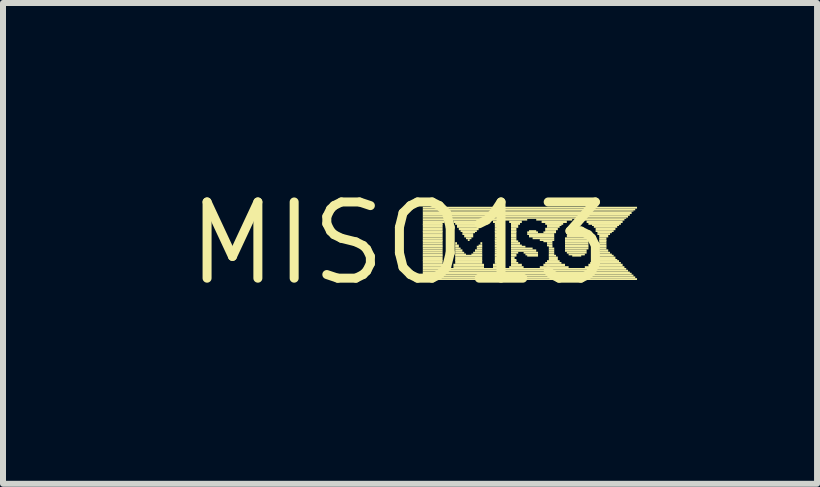
<source format=kicad_pcb>
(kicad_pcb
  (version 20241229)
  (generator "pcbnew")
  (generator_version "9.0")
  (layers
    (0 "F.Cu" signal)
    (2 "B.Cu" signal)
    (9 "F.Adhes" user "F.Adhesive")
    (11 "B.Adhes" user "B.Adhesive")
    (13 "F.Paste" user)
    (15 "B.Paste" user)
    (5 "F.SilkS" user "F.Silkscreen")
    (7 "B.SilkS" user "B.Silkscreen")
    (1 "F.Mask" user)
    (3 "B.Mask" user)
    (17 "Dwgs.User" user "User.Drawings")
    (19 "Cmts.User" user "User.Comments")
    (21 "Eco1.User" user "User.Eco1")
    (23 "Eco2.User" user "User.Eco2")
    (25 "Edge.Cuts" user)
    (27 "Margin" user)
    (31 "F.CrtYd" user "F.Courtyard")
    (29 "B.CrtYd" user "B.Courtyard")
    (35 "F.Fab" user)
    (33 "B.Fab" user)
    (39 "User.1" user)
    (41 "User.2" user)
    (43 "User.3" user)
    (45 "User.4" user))
  (footprint "MISO13"
    (layer "F.Cu")
    (at 3.606 1.006)
    (property "Reference" "MISO13" (at 0 0 0) (layer "F.SilkS") (effects (font (size 1.27 1.27) (thickness 0.15))))
    (fp_poly (pts (xy 0.39 -0.58) (xy 3.96 -0.58) (xy 3.96 -0.61) (xy 0.39 -0.61)) (stroke (width 0) (type solid)) (fill yes) (layer "F.SilkS"))
    (fp_poly (pts (xy 0.39 -0.55) (xy 3.93 -0.55) (xy 3.93 -0.58) (xy 0.39 -0.58)) (stroke (width 0) (type solid)) (fill yes) (layer "F.SilkS"))
    (fp_poly (pts (xy 0.39 -0.53) (xy 3.9 -0.53) (xy 3.9 -0.55) (xy 0.39 -0.55)) (stroke (width 0) (type solid)) (fill yes) (layer "F.SilkS"))
    (fp_poly (pts (xy 0.39 -0.49) (xy 3.87 -0.49) (xy 3.87 -0.53) (xy 0.39 -0.53)) (stroke (width 0) (type solid)) (fill yes) (layer "F.SilkS"))
    (fp_poly (pts (xy 0.39 -0.46) (xy 3.84 -0.46) (xy 3.84 -0.49) (xy 0.39 -0.49)) (stroke (width 0) (type solid)) (fill yes) (layer "F.SilkS"))
    (fp_poly (pts (xy 0.39 -0.43) (xy 3.81 -0.43) (xy 3.81 -0.46) (xy 0.39 -0.46)) (stroke (width 0) (type solid)) (fill yes) (layer "F.SilkS"))
    (fp_poly (pts (xy 0.39 -0.41) (xy 3.78 -0.41) (xy 3.78 -0.43) (xy 0.39 -0.43)) (stroke (width 0) (type solid)) (fill yes) (layer "F.SilkS"))
    (fp_poly (pts (xy 0.39 -0.38) (xy 2.13 -0.38) (xy 2.13 -0.41) (xy 0.39 -0.41)) (stroke (width 0) (type solid)) (fill yes) (layer "F.SilkS"))
    (fp_poly (pts (xy 0.39 -0.34) (xy 0.75 -0.34) (xy 0.75 -0.38) (xy 0.39 -0.38)) (stroke (width 0) (type solid)) (fill yes) (layer "F.SilkS"))
    (fp_poly (pts (xy 0.39 -0.31) (xy 0.72 -0.31) (xy 0.72 -0.34) (xy 0.39 -0.34)) (stroke (width 0) (type solid)) (fill yes) (layer "F.SilkS"))
    (fp_poly (pts (xy 0.39 -0.29) (xy 0.72 -0.29) (xy 0.72 -0.32) (xy 0.39 -0.32)) (stroke (width 0) (type solid)) (fill yes) (layer "F.SilkS"))
    (fp_poly (pts (xy 0.39 -0.26) (xy 0.72 -0.26) (xy 0.72 -0.29) (xy 0.39 -0.29)) (stroke (width 0) (type solid)) (fill yes) (layer "F.SilkS"))
    (fp_poly (pts (xy 0.39 -0.22) (xy 0.72 -0.22) (xy 0.72 -0.26) (xy 0.39 -0.26)) (stroke (width 0) (type solid)) (fill yes) (layer "F.SilkS"))
    (fp_poly (pts (xy 0.39 -0.19) (xy 0.72 -0.19) (xy 0.72 -0.22) (xy 0.39 -0.22)) (stroke (width 0) (type solid)) (fill yes) (layer "F.SilkS"))
    (fp_poly (pts (xy 0.39 -0.17) (xy 0.72 -0.17) (xy 0.72 -0.2) (xy 0.39 -0.2)) (stroke (width 0) (type solid)) (fill yes) (layer "F.SilkS"))
    (fp_poly (pts (xy 0.39 -0.14) (xy 0.72 -0.14) (xy 0.72 -0.17) (xy 0.39 -0.17)) (stroke (width 0) (type solid)) (fill yes) (layer "F.SilkS"))
    (fp_poly (pts (xy 0.39 -0.1) (xy 0.72 -0.1) (xy 0.72 -0.14) (xy 0.39 -0.14)) (stroke (width 0) (type solid)) (fill yes) (layer "F.SilkS"))
    (fp_poly (pts (xy 0.39 -0.07) (xy 0.72 -0.07) (xy 0.72 -0.1) (xy 0.39 -0.1)) (stroke (width 0) (type solid)) (fill yes) (layer "F.SilkS"))
    (fp_poly (pts (xy 0.39 -0.04) (xy 0.72 -0.04) (xy 0.72 -0.07) (xy 0.39 -0.07)) (stroke (width 0) (type solid)) (fill yes) (layer "F.SilkS"))
    (fp_poly (pts (xy 0.39 -0.02) (xy 0.72 -0.02) (xy 0.72 -0.05) (xy 0.39 -0.05)) (stroke (width 0) (type solid)) (fill yes) (layer "F.SilkS"))
    (fp_poly (pts (xy 0.39 0.02) (xy 0.72 0.02) (xy 0.72 -0.02) (xy 0.39 -0.02)) (stroke (width 0) (type solid)) (fill yes) (layer "F.SilkS"))
    (fp_poly (pts (xy 0.39 0.05) (xy 0.72 0.05) (xy 0.72 0.02) (xy 0.39 0.02)) (stroke (width 0) (type solid)) (fill yes) (layer "F.SilkS"))
    (fp_poly (pts (xy 0.39 0.07) (xy 0.72 0.07) (xy 0.72 0.04) (xy 0.39 0.04)) (stroke (width 0) (type solid)) (fill yes) (layer "F.SilkS"))
    (fp_poly (pts (xy 0.39 0.1) (xy 0.72 0.1) (xy 0.72 0.07) (xy 0.39 0.07)) (stroke (width 0) (type solid)) (fill yes) (layer "F.SilkS"))
    (fp_poly (pts (xy 0.39 0.14) (xy 0.72 0.14) (xy 0.72 0.1) (xy 0.39 0.1)) (stroke (width 0) (type solid)) (fill yes) (layer "F.SilkS"))
    (fp_poly (pts (xy 0.39 0.17) (xy 0.72 0.17) (xy 0.72 0.14) (xy 0.39 0.14)) (stroke (width 0) (type solid)) (fill yes) (layer "F.SilkS"))
    (fp_poly (pts (xy 0.39 0.2) (xy 0.72 0.2) (xy 0.72 0.17) (xy 0.39 0.17)) (stroke (width 0) (type solid)) (fill yes) (layer "F.SilkS"))
    (fp_poly (pts (xy 0.39 0.22) (xy 0.72 0.22) (xy 0.72 0.19) (xy 0.39 0.19)) (stroke (width 0) (type solid)) (fill yes) (layer "F.SilkS"))
    (fp_poly (pts (xy 0.39 0.26) (xy 0.72 0.26) (xy 0.72 0.22) (xy 0.39 0.22)) (stroke (width 0) (type solid)) (fill yes) (layer "F.SilkS"))
    (fp_poly (pts (xy 0.39 0.29) (xy 0.72 0.29) (xy 0.72 0.26) (xy 0.39 0.26)) (stroke (width 0) (type solid)) (fill yes) (layer "F.SilkS"))
    (fp_poly (pts (xy 0.39 0.31) (xy 0.72 0.31) (xy 0.72 0.28) (xy 0.39 0.28)) (stroke (width 0) (type solid)) (fill yes) (layer "F.SilkS"))
    (fp_poly (pts (xy 0.39 0.34) (xy 0.72 0.34) (xy 0.72 0.31) (xy 0.39 0.31)) (stroke (width 0) (type solid)) (fill yes) (layer "F.SilkS"))
    (fp_poly (pts (xy 0.39 0.38) (xy 0.75 0.38) (xy 0.75 0.34) (xy 0.39 0.34)) (stroke (width 0) (type solid)) (fill yes) (layer "F.SilkS"))
    (fp_poly (pts (xy 0.39 0.41) (xy 0.75 0.41) (xy 0.75 0.38) (xy 0.39 0.38)) (stroke (width 0) (type solid)) (fill yes) (layer "F.SilkS"))
    (fp_poly (pts (xy 0.39 0.44) (xy 3.78 0.44) (xy 3.78 0.41) (xy 0.39 0.41)) (stroke (width 0) (type solid)) (fill yes) (layer "F.SilkS"))
    (fp_poly (pts (xy 0.39 0.47) (xy 3.81 0.47) (xy 3.81 0.44) (xy 0.39 0.44)) (stroke (width 0) (type solid)) (fill yes) (layer "F.SilkS"))
    (fp_poly (pts (xy 0.39 0.5) (xy 3.84 0.5) (xy 3.84 0.47) (xy 0.39 0.47)) (stroke (width 0) (type solid)) (fill yes) (layer "F.SilkS"))
    (fp_poly (pts (xy 0.39 0.52) (xy 3.87 0.52) (xy 3.87 0.49) (xy 0.39 0.49)) (stroke (width 0) (type solid)) (fill yes) (layer "F.SilkS"))
    (fp_poly (pts (xy 0.39 0.55) (xy 3.9 0.55) (xy 3.9 0.52) (xy 0.39 0.52)) (stroke (width 0) (type solid)) (fill yes) (layer "F.SilkS"))
    (fp_poly (pts (xy 0.39 0.58) (xy 3.93 0.58) (xy 3.93 0.55) (xy 0.39 0.55)) (stroke (width 0) (type solid)) (fill yes) (layer "F.SilkS"))
    (fp_poly (pts (xy 0.39 0.61) (xy 3.96 0.61) (xy 3.96 0.58) (xy 0.39 0.58)) (stroke (width 0) (type solid)) (fill yes) (layer "F.SilkS"))
    (fp_poly (pts (xy 0.9 -0.34) (xy 1.41 -0.34) (xy 1.41 -0.38) (xy 0.9 -0.38)) (stroke (width 0) (type solid)) (fill yes) (layer "F.SilkS"))
    (fp_poly (pts (xy 0.9 0.38) (xy 1.41 0.38) (xy 1.41 0.34) (xy 0.9 0.34)) (stroke (width 0) (type solid)) (fill yes) (layer "F.SilkS"))
    (fp_poly (pts (xy 0.9 0.41) (xy 1.41 0.41) (xy 1.41 0.38) (xy 0.9 0.38)) (stroke (width 0) (type solid)) (fill yes) (layer "F.SilkS"))
    (fp_poly (pts (xy 0.93 -0.31) (xy 1.38 -0.31) (xy 1.38 -0.34) (xy 0.93 -0.34)) (stroke (width 0) (type solid)) (fill yes) (layer "F.SilkS"))
    (fp_poly (pts (xy 0.93 0.02) (xy 0.96 0.02) (xy 0.96 -0.02) (xy 0.93 -0.02)) (stroke (width 0) (type solid)) (fill yes) (layer "F.SilkS"))
    (fp_poly (pts (xy 0.93 0.05) (xy 0.99 0.05) (xy 0.99 0.02) (xy 0.93 0.02)) (stroke (width 0) (type solid)) (fill yes) (layer "F.SilkS"))
    (fp_poly (pts (xy 0.93 0.07) (xy 0.99 0.07) (xy 0.99 0.04) (xy 0.93 0.04)) (stroke (width 0) (type solid)) (fill yes) (layer "F.SilkS"))
    (fp_poly (pts (xy 0.93 0.1) (xy 1.02 0.1) (xy 1.02 0.07) (xy 0.93 0.07)) (stroke (width 0) (type solid)) (fill yes) (layer "F.SilkS"))
    (fp_poly (pts (xy 0.93 0.14) (xy 1.05 0.14) (xy 1.05 0.1) (xy 0.93 0.1)) (stroke (width 0) (type solid)) (fill yes) (layer "F.SilkS"))
    (fp_poly (pts (xy 0.93 0.17) (xy 1.08 0.17) (xy 1.08 0.14) (xy 0.93 0.14)) (stroke (width 0) (type solid)) (fill yes) (layer "F.SilkS"))
    (fp_poly (pts (xy 0.93 0.2) (xy 1.11 0.2) (xy 1.11 0.17) (xy 0.93 0.17)) (stroke (width 0) (type solid)) (fill yes) (layer "F.SilkS"))
    (fp_poly (pts (xy 0.93 0.22) (xy 1.38 0.22) (xy 1.38 0.19) (xy 0.93 0.19)) (stroke (width 0) (type solid)) (fill yes) (layer "F.SilkS"))
    (fp_poly (pts (xy 0.93 0.26) (xy 1.38 0.26) (xy 1.38 0.22) (xy 0.93 0.22)) (stroke (width 0) (type solid)) (fill yes) (layer "F.SilkS"))
    (fp_poly (pts (xy 0.93 0.29) (xy 1.38 0.29) (xy 1.38 0.26) (xy 0.93 0.26)) (stroke (width 0) (type solid)) (fill yes) (layer "F.SilkS"))
    (fp_poly (pts (xy 0.93 0.31) (xy 1.38 0.31) (xy 1.38 0.28) (xy 0.93 0.28)) (stroke (width 0) (type solid)) (fill yes) (layer "F.SilkS"))
    (fp_poly (pts (xy 0.93 0.34) (xy 1.38 0.34) (xy 1.38 0.31) (xy 0.93 0.31)) (stroke (width 0) (type solid)) (fill yes) (layer "F.SilkS"))
    (fp_poly (pts (xy 0.96 -0.29) (xy 1.35 -0.29) (xy 1.35 -0.32) (xy 0.96 -0.32)) (stroke (width 0) (type solid)) (fill yes) (layer "F.SilkS"))
    (fp_poly (pts (xy 0.96 -0.26) (xy 1.32 -0.26) (xy 1.32 -0.29) (xy 0.96 -0.29)) (stroke (width 0) (type solid)) (fill yes) (layer "F.SilkS"))
    (fp_poly (pts (xy 0.99 -0.22) (xy 1.32 -0.22) (xy 1.32 -0.26) (xy 0.99 -0.26)) (stroke (width 0) (type solid)) (fill yes) (layer "F.SilkS"))
    (fp_poly (pts (xy 1.02 -0.19) (xy 1.29 -0.19) (xy 1.29 -0.22) (xy 1.02 -0.22)) (stroke (width 0) (type solid)) (fill yes) (layer "F.SilkS"))
    (fp_poly (pts (xy 1.05 -0.17) (xy 1.26 -0.17) (xy 1.26 -0.2) (xy 1.05 -0.2)) (stroke (width 0) (type solid)) (fill yes) (layer "F.SilkS"))
    (fp_poly (pts (xy 1.05 -0.14) (xy 1.23 -0.14) (xy 1.23 -0.17) (xy 1.05 -0.17)) (stroke (width 0) (type solid)) (fill yes) (layer "F.SilkS"))
    (fp_poly (pts (xy 1.08 -0.1) (xy 1.23 -0.1) (xy 1.23 -0.14) (xy 1.08 -0.14)) (stroke (width 0) (type solid)) (fill yes) (layer "F.SilkS"))
    (fp_poly (pts (xy 1.11 -0.07) (xy 1.2 -0.07) (xy 1.2 -0.1) (xy 1.11 -0.1)) (stroke (width 0) (type solid)) (fill yes) (layer "F.SilkS"))
    (fp_poly (pts (xy 1.14 -0.04) (xy 1.17 -0.04) (xy 1.17 -0.07) (xy 1.14 -0.07)) (stroke (width 0) (type solid)) (fill yes) (layer "F.SilkS"))
    (fp_poly (pts (xy 1.2 0.2) (xy 1.38 0.2) (xy 1.38 0.17) (xy 1.2 0.17)) (stroke (width 0) (type solid)) (fill yes) (layer "F.SilkS"))
    (fp_poly (pts (xy 1.23 0.17) (xy 1.38 0.17) (xy 1.38 0.14) (xy 1.23 0.14)) (stroke (width 0) (type solid)) (fill yes) (layer "F.SilkS"))
    (fp_poly (pts (xy 1.26 0.14) (xy 1.38 0.14) (xy 1.38 0.1) (xy 1.26 0.1)) (stroke (width 0) (type solid)) (fill yes) (layer "F.SilkS"))
    (fp_poly (pts (xy 1.29 0.07) (xy 1.38 0.07) (xy 1.38 0.04) (xy 1.29 0.04)) (stroke (width 0) (type solid)) (fill yes) (layer "F.SilkS"))
    (fp_poly (pts (xy 1.29 0.1) (xy 1.38 0.1) (xy 1.38 0.07) (xy 1.29 0.07)) (stroke (width 0) (type solid)) (fill yes) (layer "F.SilkS"))
    (fp_poly (pts (xy 1.32 0.05) (xy 1.38 0.05) (xy 1.38 0.02) (xy 1.32 0.02)) (stroke (width 0) (type solid)) (fill yes) (layer "F.SilkS"))
    (fp_poly (pts (xy 1.35 0.02) (xy 1.38 0.02) (xy 1.38 -0.02) (xy 1.35 -0.02)) (stroke (width 0) (type solid)) (fill yes) (layer "F.SilkS"))
    (fp_poly (pts (xy 1.56 -0.34) (xy 1.68 -0.34) (xy 1.68 -0.38) (xy 1.56 -0.38)) (stroke (width 0) (type solid)) (fill yes) (layer "F.SilkS"))
    (fp_poly (pts (xy 1.56 0.38) (xy 1.68 0.38) (xy 1.68 0.34) (xy 1.56 0.34)) (stroke (width 0) (type solid)) (fill yes) (layer "F.SilkS"))
    (fp_poly (pts (xy 1.56 0.41) (xy 1.68 0.41) (xy 1.68 0.38) (xy 1.56 0.38)) (stroke (width 0) (type solid)) (fill yes) (layer "F.SilkS"))
    (fp_poly (pts (xy 1.59 -0.31) (xy 1.68 -0.31) (xy 1.68 -0.34) (xy 1.59 -0.34)) (stroke (width 0) (type solid)) (fill yes) (layer "F.SilkS"))
    (fp_poly (pts (xy 1.59 -0.29) (xy 1.68 -0.29) (xy 1.68 -0.32) (xy 1.59 -0.32)) (stroke (width 0) (type solid)) (fill yes) (layer "F.SilkS"))
    (fp_poly (pts (xy 1.59 -0.26) (xy 1.68 -0.26) (xy 1.68 -0.29) (xy 1.59 -0.29)) (stroke (width 0) (type solid)) (fill yes) (layer "F.SilkS"))
    (fp_poly (pts (xy 1.59 -0.22) (xy 1.68 -0.22) (xy 1.68 -0.26) (xy 1.59 -0.26)) (stroke (width 0) (type solid)) (fill yes) (layer "F.SilkS"))
    (fp_poly (pts (xy 1.59 -0.19) (xy 1.68 -0.19) (xy 1.68 -0.22) (xy 1.59 -0.22)) (stroke (width 0) (type solid)) (fill yes) (layer "F.SilkS"))
    (fp_poly (pts (xy 1.59 -0.17) (xy 1.68 -0.17) (xy 1.68 -0.2) (xy 1.59 -0.2)) (stroke (width 0) (type solid)) (fill yes) (layer "F.SilkS"))
    (fp_poly (pts (xy 1.59 -0.14) (xy 1.68 -0.14) (xy 1.68 -0.17) (xy 1.59 -0.17)) (stroke (width 0) (type solid)) (fill yes) (layer "F.SilkS"))
    (fp_poly (pts (xy 1.59 -0.1) (xy 1.68 -0.1) (xy 1.68 -0.14) (xy 1.59 -0.14)) (stroke (width 0) (type solid)) (fill yes) (layer "F.SilkS"))
    (fp_poly (pts (xy 1.59 -0.07) (xy 1.68 -0.07) (xy 1.68 -0.1) (xy 1.59 -0.1)) (stroke (width 0) (type solid)) (fill yes) (layer "F.SilkS"))
    (fp_poly (pts (xy 1.59 -0.04) (xy 1.68 -0.04) (xy 1.68 -0.07) (xy 1.59 -0.07)) (stroke (width 0) (type solid)) (fill yes) (layer "F.SilkS"))
    (fp_poly (pts (xy 1.59 -0.02) (xy 1.68 -0.02) (xy 1.68 -0.05) (xy 1.59 -0.05)) (stroke (width 0) (type solid)) (fill yes) (layer "F.SilkS"))
    (fp_poly (pts (xy 1.59 0.02) (xy 1.68 0.02) (xy 1.68 -0.02) (xy 1.59 -0.02)) (stroke (width 0) (type solid)) (fill yes) (layer "F.SilkS"))
    (fp_poly (pts (xy 1.59 0.05) (xy 1.68 0.05) (xy 1.68 0.02) (xy 1.59 0.02)) (stroke (width 0) (type solid)) (fill yes) (layer "F.SilkS"))
    (fp_poly (pts (xy 1.59 0.07) (xy 1.68 0.07) (xy 1.68 0.04) (xy 1.59 0.04)) (stroke (width 0) (type solid)) (fill yes) (layer "F.SilkS"))
    (fp_poly (pts (xy 1.59 0.1) (xy 1.68 0.1) (xy 1.68 0.07) (xy 1.59 0.07)) (stroke (width 0) (type solid)) (fill yes) (layer "F.SilkS"))
    (fp_poly (pts (xy 1.59 0.14) (xy 1.68 0.14) (xy 1.68 0.1) (xy 1.59 0.1)) (stroke (width 0) (type solid)) (fill yes) (layer "F.SilkS"))
    (fp_poly (pts (xy 1.59 0.17) (xy 1.68 0.17) (xy 1.68 0.14) (xy 1.59 0.14)) (stroke (width 0) (type solid)) (fill yes) (layer "F.SilkS"))
    (fp_poly (pts (xy 1.59 0.2) (xy 1.68 0.2) (xy 1.68 0.17) (xy 1.59 0.17)) (stroke (width 0) (type solid)) (fill yes) (layer "F.SilkS"))
    (fp_poly (pts (xy 1.59 0.22) (xy 1.68 0.22) (xy 1.68 0.19) (xy 1.59 0.19)) (stroke (width 0) (type solid)) (fill yes) (layer "F.SilkS"))
    (fp_poly (pts (xy 1.59 0.26) (xy 1.68 0.26) (xy 1.68 0.22) (xy 1.59 0.22)) (stroke (width 0) (type solid)) (fill yes) (layer "F.SilkS"))
    (fp_poly (pts (xy 1.59 0.29) (xy 1.68 0.29) (xy 1.68 0.26) (xy 1.59 0.26)) (stroke (width 0) (type solid)) (fill yes) (layer "F.SilkS"))
    (fp_poly (pts (xy 1.59 0.31) (xy 1.68 0.31) (xy 1.68 0.28) (xy 1.59 0.28)) (stroke (width 0) (type solid)) (fill yes) (layer "F.SilkS"))
    (fp_poly (pts (xy 1.59 0.34) (xy 1.68 0.34) (xy 1.68 0.31) (xy 1.59 0.31)) (stroke (width 0) (type solid)) (fill yes) (layer "F.SilkS"))
    (fp_poly (pts (xy 1.83 -0.34) (xy 2.04 -0.34) (xy 2.04 -0.38) (xy 1.83 -0.38)) (stroke (width 0) (type solid)) (fill yes) (layer "F.SilkS"))
    (fp_poly (pts (xy 1.83 0.41) (xy 2.07 0.41) (xy 2.07 0.38) (xy 1.83 0.38)) (stroke (width 0) (type solid)) (fill yes) (layer "F.SilkS"))
    (fp_poly (pts (xy 1.86 -0.31) (xy 2.01 -0.31) (xy 2.01 -0.34) (xy 1.86 -0.34)) (stroke (width 0) (type solid)) (fill yes) (layer "F.SilkS"))
    (fp_poly (pts (xy 1.86 -0.29) (xy 1.98 -0.29) (xy 1.98 -0.32) (xy 1.86 -0.32)) (stroke (width 0) (type solid)) (fill yes) (layer "F.SilkS"))
    (fp_poly (pts (xy 1.86 -0.26) (xy 1.98 -0.26) (xy 1.98 -0.29) (xy 1.86 -0.29)) (stroke (width 0) (type solid)) (fill yes) (layer "F.SilkS"))
    (fp_poly (pts (xy 1.86 -0.22) (xy 1.95 -0.22) (xy 1.95 -0.26) (xy 1.86 -0.26)) (stroke (width 0) (type solid)) (fill yes) (layer "F.SilkS"))
    (fp_poly (pts (xy 1.86 -0.19) (xy 1.95 -0.19) (xy 1.95 -0.22) (xy 1.86 -0.22)) (stroke (width 0) (type solid)) (fill yes) (layer "F.SilkS"))
    (fp_poly (pts (xy 1.86 -0.17) (xy 1.95 -0.17) (xy 1.95 -0.2) (xy 1.86 -0.2)) (stroke (width 0) (type solid)) (fill yes) (layer "F.SilkS"))
    (fp_poly (pts (xy 1.86 -0.14) (xy 1.95 -0.14) (xy 1.95 -0.17) (xy 1.86 -0.17)) (stroke (width 0) (type solid)) (fill yes) (layer "F.SilkS"))
    (fp_poly (pts (xy 1.86 -0.1) (xy 1.95 -0.1) (xy 1.95 -0.14) (xy 1.86 -0.14)) (stroke (width 0) (type solid)) (fill yes) (layer "F.SilkS"))
    (fp_poly (pts (xy 1.86 -0.07) (xy 1.95 -0.07) (xy 1.95 -0.1) (xy 1.86 -0.1)) (stroke (width 0) (type solid)) (fill yes) (layer "F.SilkS"))
    (fp_poly (pts (xy 1.86 -0.04) (xy 1.95 -0.04) (xy 1.95 -0.07) (xy 1.86 -0.07)) (stroke (width 0) (type solid)) (fill yes) (layer "F.SilkS"))
    (fp_poly (pts (xy 1.86 -0.02) (xy 1.98 -0.02) (xy 1.98 -0.05) (xy 1.86 -0.05)) (stroke (width 0) (type solid)) (fill yes) (layer "F.SilkS"))
    (fp_poly (pts (xy 1.86 0.02) (xy 2.01 0.02) (xy 2.01 -0.02) (xy 1.86 -0.02)) (stroke (width 0) (type solid)) (fill yes) (layer "F.SilkS"))
    (fp_poly (pts (xy 1.86 0.05) (xy 2.04 0.05) (xy 2.04 0.02) (xy 1.86 0.02)) (stroke (width 0) (type solid)) (fill yes) (layer "F.SilkS"))
    (fp_poly (pts (xy 1.86 0.07) (xy 2.1 0.07) (xy 2.1 0.04) (xy 1.86 0.04)) (stroke (width 0) (type solid)) (fill yes) (layer "F.SilkS"))
    (fp_poly (pts (xy 1.86 0.1) (xy 2.22 0.1) (xy 2.22 0.07) (xy 1.86 0.07)) (stroke (width 0) (type solid)) (fill yes) (layer "F.SilkS"))
    (fp_poly (pts (xy 1.86 0.14) (xy 2.28 0.14) (xy 2.28 0.1) (xy 1.86 0.1)) (stroke (width 0) (type solid)) (fill yes) (layer "F.SilkS"))
    (fp_poly (pts (xy 1.86 0.17) (xy 1.98 0.17) (xy 1.98 0.14) (xy 1.86 0.14)) (stroke (width 0) (type solid)) (fill yes) (layer "F.SilkS"))
    (fp_poly (pts (xy 1.86 0.2) (xy 1.95 0.2) (xy 1.95 0.17) (xy 1.86 0.17)) (stroke (width 0) (type solid)) (fill yes) (layer "F.SilkS"))
    (fp_poly (pts (xy 1.86 0.22) (xy 1.95 0.22) (xy 1.95 0.19) (xy 1.86 0.19)) (stroke (width 0) (type solid)) (fill yes) (layer "F.SilkS"))
    (fp_poly (pts (xy 1.86 0.26) (xy 1.92 0.26) (xy 1.92 0.22) (xy 1.86 0.22)) (stroke (width 0) (type solid)) (fill yes) (layer "F.SilkS"))
    (fp_poly (pts (xy 1.86 0.29) (xy 1.95 0.29) (xy 1.95 0.26) (xy 1.86 0.26)) (stroke (width 0) (type solid)) (fill yes) (layer "F.SilkS"))
    (fp_poly (pts (xy 1.86 0.31) (xy 1.95 0.31) (xy 1.95 0.28) (xy 1.86 0.28)) (stroke (width 0) (type solid)) (fill yes) (layer "F.SilkS"))
    (fp_poly (pts (xy 1.86 0.34) (xy 1.98 0.34) (xy 1.98 0.31) (xy 1.86 0.31)) (stroke (width 0) (type solid)) (fill yes) (layer "F.SilkS"))
    (fp_poly (pts (xy 1.86 0.38) (xy 2.04 0.38) (xy 2.04 0.34) (xy 1.86 0.34)) (stroke (width 0) (type solid)) (fill yes) (layer "F.SilkS"))
    (fp_poly (pts (xy 2.07 0.17) (xy 2.31 0.17) (xy 2.31 0.14) (xy 2.07 0.14)) (stroke (width 0) (type solid)) (fill yes) (layer "F.SilkS"))
    (fp_poly (pts (xy 2.1 0.2) (xy 2.31 0.2) (xy 2.31 0.17) (xy 2.1 0.17)) (stroke (width 0) (type solid)) (fill yes) (layer "F.SilkS"))
    (fp_poly (pts (xy 2.13 -0.17) (xy 2.31 -0.17) (xy 2.31 -0.2) (xy 2.13 -0.2)) (stroke (width 0) (type solid)) (fill yes) (layer "F.SilkS"))
    (fp_poly (pts (xy 2.13 -0.14) (xy 2.58 -0.14) (xy 2.58 -0.17) (xy 2.13 -0.17)) (stroke (width 0) (type solid)) (fill yes) (layer "F.SilkS"))
    (fp_poly (pts (xy 2.13 0.22) (xy 2.31 0.22) (xy 2.31 0.19) (xy 2.13 0.19)) (stroke (width 0) (type solid)) (fill yes) (layer "F.SilkS"))
    (fp_poly (pts (xy 2.16 -0.19) (xy 2.28 -0.19) (xy 2.28 -0.22) (xy 2.16 -0.22)) (stroke (width 0) (type solid)) (fill yes) (layer "F.SilkS"))
    (fp_poly (pts (xy 2.16 -0.1) (xy 2.58 -0.1) (xy 2.58 -0.14) (xy 2.16 -0.14)) (stroke (width 0) (type solid)) (fill yes) (layer "F.SilkS"))
    (fp_poly (pts (xy 2.22 -0.07) (xy 2.58 -0.07) (xy 2.58 -0.1) (xy 2.22 -0.1)) (stroke (width 0) (type solid)) (fill yes) (layer "F.SilkS"))
    (fp_poly (pts (xy 2.28 -0.38) (xy 2.88 -0.38) (xy 2.88 -0.41) (xy 2.28 -0.41)) (stroke (width 0) (type solid)) (fill yes) (layer "F.SilkS"))
    (fp_poly (pts (xy 2.34 -0.04) (xy 2.58 -0.04) (xy 2.58 -0.07) (xy 2.34 -0.07)) (stroke (width 0) (type solid)) (fill yes) (layer "F.SilkS"))
    (fp_poly (pts (xy 2.34 0.41) (xy 2.82 0.41) (xy 2.82 0.38) (xy 2.34 0.38)) (stroke (width 0) (type solid)) (fill yes) (layer "F.SilkS"))
    (fp_poly (pts (xy 2.37 -0.34) (xy 2.79 -0.34) (xy 2.79 -0.38) (xy 2.37 -0.38)) (stroke (width 0) (type solid)) (fill yes) (layer "F.SilkS"))
    (fp_poly (pts (xy 2.4 -0.17) (xy 2.61 -0.17) (xy 2.61 -0.2) (xy 2.4 -0.2)) (stroke (width 0) (type solid)) (fill yes) (layer "F.SilkS"))
    (fp_poly (pts (xy 2.4 -0.02) (xy 2.55 -0.02) (xy 2.55 -0.05) (xy 2.4 -0.05)) (stroke (width 0) (type solid)) (fill yes) (layer "F.SilkS"))
    (fp_poly (pts (xy 2.4 0.38) (xy 2.76 0.38) (xy 2.76 0.34) (xy 2.4 0.34)) (stroke (width 0) (type solid)) (fill yes) (layer "F.SilkS"))
    (fp_poly (pts (xy 2.43 -0.31) (xy 2.73 -0.31) (xy 2.73 -0.34) (xy 2.43 -0.34)) (stroke (width 0) (type solid)) (fill yes) (layer "F.SilkS"))
    (fp_poly (pts (xy 2.43 -0.22) (xy 2.64 -0.22) (xy 2.64 -0.26) (xy 2.43 -0.26)) (stroke (width 0) (type solid)) (fill yes) (layer "F.SilkS"))
    (fp_poly (pts (xy 2.43 -0.19) (xy 2.61 -0.19) (xy 2.61 -0.22) (xy 2.43 -0.22)) (stroke (width 0) (type solid)) (fill yes) (layer "F.SilkS"))
    (fp_poly (pts (xy 2.43 0.34) (xy 2.7 0.34) (xy 2.7 0.31) (xy 2.43 0.31)) (stroke (width 0) (type solid)) (fill yes) (layer "F.SilkS"))
    (fp_poly (pts (xy 2.46 -0.29) (xy 2.7 -0.29) (xy 2.7 -0.32) (xy 2.46 -0.32)) (stroke (width 0) (type solid)) (fill yes) (layer "F.SilkS"))
    (fp_poly (pts (xy 2.46 -0.26) (xy 2.67 -0.26) (xy 2.67 -0.29) (xy 2.46 -0.29)) (stroke (width 0) (type solid)) (fill yes) (layer "F.SilkS"))
    (fp_poly (pts (xy 2.46 0.02) (xy 2.55 0.02) (xy 2.55 -0.02) (xy 2.46 -0.02)) (stroke (width 0) (type solid)) (fill yes) (layer "F.SilkS"))
    (fp_poly (pts (xy 2.46 0.05) (xy 2.55 0.05) (xy 2.55 0.02) (xy 2.46 0.02)) (stroke (width 0) (type solid)) (fill yes) (layer "F.SilkS"))
    (fp_poly (pts (xy 2.46 0.31) (xy 2.67 0.31) (xy 2.67 0.28) (xy 2.46 0.28)) (stroke (width 0) (type solid)) (fill yes) (layer "F.SilkS"))
    (fp_poly (pts (xy 2.49 0.07) (xy 2.55 0.07) (xy 2.55 0.04) (xy 2.49 0.04)) (stroke (width 0) (type solid)) (fill yes) (layer "F.SilkS"))
    (fp_poly (pts (xy 2.49 0.1) (xy 2.58 0.1) (xy 2.58 0.07) (xy 2.49 0.07)) (stroke (width 0) (type solid)) (fill yes) (layer "F.SilkS"))
    (fp_poly (pts (xy 2.49 0.14) (xy 2.58 0.14) (xy 2.58 0.1) (xy 2.49 0.1)) (stroke (width 0) (type solid)) (fill yes) (layer "F.SilkS"))
    (fp_poly (pts (xy 2.49 0.17) (xy 2.58 0.17) (xy 2.58 0.14) (xy 2.49 0.14)) (stroke (width 0) (type solid)) (fill yes) (layer "F.SilkS"))
    (fp_poly (pts (xy 2.49 0.2) (xy 2.58 0.2) (xy 2.58 0.17) (xy 2.49 0.17)) (stroke (width 0) (type solid)) (fill yes) (layer "F.SilkS"))
    (fp_poly (pts (xy 2.49 0.22) (xy 2.61 0.22) (xy 2.61 0.19) (xy 2.49 0.19)) (stroke (width 0) (type solid)) (fill yes) (layer "F.SilkS"))
    (fp_poly (pts (xy 2.49 0.26) (xy 2.64 0.26) (xy 2.64 0.22) (xy 2.49 0.22)) (stroke (width 0) (type solid)) (fill yes) (layer "F.SilkS"))
    (fp_poly (pts (xy 2.49 0.29) (xy 2.64 0.29) (xy 2.64 0.26) (xy 2.49 0.26)) (stroke (width 0) (type solid)) (fill yes) (layer "F.SilkS"))
    (fp_poly (pts (xy 2.76 -0.07) (xy 3.12 -0.07) (xy 3.12 -0.1) (xy 2.76 -0.1)) (stroke (width 0) (type solid)) (fill yes) (layer "F.SilkS"))
    (fp_poly (pts (xy 2.76 -0.04) (xy 3.15 -0.04) (xy 3.15 -0.07) (xy 2.76 -0.07)) (stroke (width 0) (type solid)) (fill yes) (layer "F.SilkS"))
    (fp_poly (pts (xy 2.76 -0.02) (xy 3.15 -0.02) (xy 3.15 -0.05) (xy 2.76 -0.05)) (stroke (width 0) (type solid)) (fill yes) (layer "F.SilkS"))
    (fp_poly (pts (xy 2.76 0.02) (xy 3.15 0.02) (xy 3.15 -0.02) (xy 2.76 -0.02)) (stroke (width 0) (type solid)) (fill yes) (layer "F.SilkS"))
    (fp_poly (pts (xy 2.76 0.05) (xy 3.15 0.05) (xy 3.15 0.02) (xy 2.76 0.02)) (stroke (width 0) (type solid)) (fill yes) (layer "F.SilkS"))
    (fp_poly (pts (xy 2.76 0.07) (xy 3.15 0.07) (xy 3.15 0.04) (xy 2.76 0.04)) (stroke (width 0) (type solid)) (fill yes) (layer "F.SilkS"))
    (fp_poly (pts (xy 2.76 0.1) (xy 3.15 0.1) (xy 3.15 0.07) (xy 2.76 0.07)) (stroke (width 0) (type solid)) (fill yes) (layer "F.SilkS"))
    (fp_poly (pts (xy 2.76 0.14) (xy 3.12 0.14) (xy 3.12 0.1) (xy 2.76 0.1)) (stroke (width 0) (type solid)) (fill yes) (layer "F.SilkS"))
    (fp_poly (pts (xy 2.79 -0.1) (xy 3.12 -0.1) (xy 3.12 -0.14) (xy 2.79 -0.14)) (stroke (width 0) (type solid)) (fill yes) (layer "F.SilkS"))
    (fp_poly (pts (xy 2.79 0.17) (xy 3.12 0.17) (xy 3.12 0.14) (xy 2.79 0.14)) (stroke (width 0) (type solid)) (fill yes) (layer "F.SilkS"))
    (fp_poly (pts (xy 2.82 -0.14) (xy 3.09 -0.14) (xy 3.09 -0.17) (xy 2.82 -0.17)) (stroke (width 0) (type solid)) (fill yes) (layer "F.SilkS"))
    (fp_poly (pts (xy 2.82 0.2) (xy 3.09 0.2) (xy 3.09 0.17) (xy 2.82 0.17)) (stroke (width 0) (type solid)) (fill yes) (layer "F.SilkS"))
    (fp_poly (pts (xy 2.85 -0.17) (xy 3.03 -0.17) (xy 3.03 -0.2) (xy 2.85 -0.2)) (stroke (width 0) (type solid)) (fill yes) (layer "F.SilkS"))
    (fp_poly (pts (xy 2.88 0.22) (xy 3.03 0.22) (xy 3.03 0.19) (xy 2.88 0.19)) (stroke (width 0) (type solid)) (fill yes) (layer "F.SilkS"))
    (fp_poly (pts (xy 3 -0.38) (xy 3.75 -0.38) (xy 3.75 -0.41) (xy 3 -0.41)) (stroke (width 0) (type solid)) (fill yes) (layer "F.SilkS"))
    (fp_poly (pts (xy 3.09 0.41) (xy 3.75 0.41) (xy 3.75 0.38) (xy 3.09 0.38)) (stroke (width 0) (type solid)) (fill yes) (layer "F.SilkS"))
    (fp_poly (pts (xy 3.12 -0.34) (xy 3.72 -0.34) (xy 3.72 -0.38) (xy 3.12 -0.38)) (stroke (width 0) (type solid)) (fill yes) (layer "F.SilkS"))
    (fp_poly (pts (xy 3.15 -0.31) (xy 3.69 -0.31) (xy 3.69 -0.34) (xy 3.15 -0.34)) (stroke (width 0) (type solid)) (fill yes) (layer "F.SilkS"))
    (fp_poly (pts (xy 3.15 0.38) (xy 3.72 0.38) (xy 3.72 0.34) (xy 3.15 0.34)) (stroke (width 0) (type solid)) (fill yes) (layer "F.SilkS"))
    (fp_poly (pts (xy 3.18 0.34) (xy 3.69 0.34) (xy 3.69 0.31) (xy 3.18 0.31)) (stroke (width 0) (type solid)) (fill yes) (layer "F.SilkS"))
    (fp_poly (pts (xy 3.21 -0.29) (xy 3.66 -0.29) (xy 3.66 -0.32) (xy 3.21 -0.32)) (stroke (width 0) (type solid)) (fill yes) (layer "F.SilkS"))
    (fp_poly (pts (xy 3.21 0.31) (xy 3.66 0.31) (xy 3.66 0.28) (xy 3.21 0.28)) (stroke (width 0) (type solid)) (fill yes) (layer "F.SilkS"))
    (fp_poly (pts (xy 3.24 -0.26) (xy 3.63 -0.26) (xy 3.63 -0.29) (xy 3.24 -0.29)) (stroke (width 0) (type solid)) (fill yes) (layer "F.SilkS"))
    (fp_poly (pts (xy 3.24 0.29) (xy 3.63 0.29) (xy 3.63 0.26) (xy 3.24 0.26)) (stroke (width 0) (type solid)) (fill yes) (layer "F.SilkS"))
    (fp_poly (pts (xy 3.27 -0.22) (xy 3.6 -0.22) (xy 3.6 -0.26) (xy 3.27 -0.26)) (stroke (width 0) (type solid)) (fill yes) (layer "F.SilkS"))
    (fp_poly (pts (xy 3.27 -0.19) (xy 3.57 -0.19) (xy 3.57 -0.22) (xy 3.27 -0.22)) (stroke (width 0) (type solid)) (fill yes) (layer "F.SilkS"))
    (fp_poly (pts (xy 3.27 0.26) (xy 3.6 0.26) (xy 3.6 0.22) (xy 3.27 0.22)) (stroke (width 0) (type solid)) (fill yes) (layer "F.SilkS"))
    (fp_poly (pts (xy 3.3 -0.17) (xy 3.54 -0.17) (xy 3.54 -0.2) (xy 3.3 -0.2)) (stroke (width 0) (type solid)) (fill yes) (layer "F.SilkS"))
    (fp_poly (pts (xy 3.3 -0.14) (xy 3.51 -0.14) (xy 3.51 -0.17) (xy 3.3 -0.17)) (stroke (width 0) (type solid)) (fill yes) (layer "F.SilkS"))
    (fp_poly (pts (xy 3.3 0.17) (xy 3.51 0.17) (xy 3.51 0.14) (xy 3.3 0.14)) (stroke (width 0) (type solid)) (fill yes) (layer "F.SilkS"))
    (fp_poly (pts (xy 3.3 0.2) (xy 3.54 0.2) (xy 3.54 0.17) (xy 3.3 0.17)) (stroke (width 0) (type solid)) (fill yes) (layer "F.SilkS"))
    (fp_poly (pts (xy 3.3 0.22) (xy 3.57 0.22) (xy 3.57 0.19) (xy 3.3 0.19)) (stroke (width 0) (type solid)) (fill yes) (layer "F.SilkS"))
    (fp_poly (pts (xy 3.33 -0.1) (xy 3.48 -0.1) (xy 3.48 -0.14) (xy 3.33 -0.14)) (stroke (width 0) (type solid)) (fill yes) (layer "F.SilkS"))
    (fp_poly (pts (xy 3.33 -0.07) (xy 3.45 -0.07) (xy 3.45 -0.1) (xy 3.33 -0.1)) (stroke (width 0) (type solid)) (fill yes) (layer "F.SilkS"))
    (fp_poly (pts (xy 3.33 -0.04) (xy 3.45 -0.04) (xy 3.45 -0.07) (xy 3.33 -0.07)) (stroke (width 0) (type solid)) (fill yes) (layer "F.SilkS"))
    (fp_poly (pts (xy 3.33 -0.02) (xy 3.45 -0.02) (xy 3.45 -0.05) (xy 3.33 -0.05)) (stroke (width 0) (type solid)) (fill yes) (layer "F.SilkS"))
    (fp_poly (pts (xy 3.33 0.02) (xy 3.45 0.02) (xy 3.45 -0.02) (xy 3.33 -0.02)) (stroke (width 0) (type solid)) (fill yes) (layer "F.SilkS"))
    (fp_poly (pts (xy 3.33 0.05) (xy 3.45 0.05) (xy 3.45 0.02) (xy 3.33 0.02)) (stroke (width 0) (type solid)) (fill yes) (layer "F.SilkS"))
    (fp_poly (pts (xy 3.33 0.07) (xy 3.45 0.07) (xy 3.45 0.04) (xy 3.33 0.04)) (stroke (width 0) (type solid)) (fill yes) (layer "F.SilkS"))
    (fp_poly (pts (xy 3.33 0.1) (xy 3.45 0.1) (xy 3.45 0.07) (xy 3.33 0.07)) (stroke (width 0) (type solid)) (fill yes) (layer "F.SilkS"))
    (fp_poly (pts (xy 3.33 0.14) (xy 3.48 0.14) (xy 3.48 0.1) (xy 3.33 0.1)) (stroke (width 0) (type solid)) (fill yes) (layer "F.SilkS")))
  (gr_rect
    (start -3 -3)
    (end 10.566 5.012)
    (stroke (width 0.1) (type default))
    (fill no)
    (layer "Edge.Cuts")))
</source>
